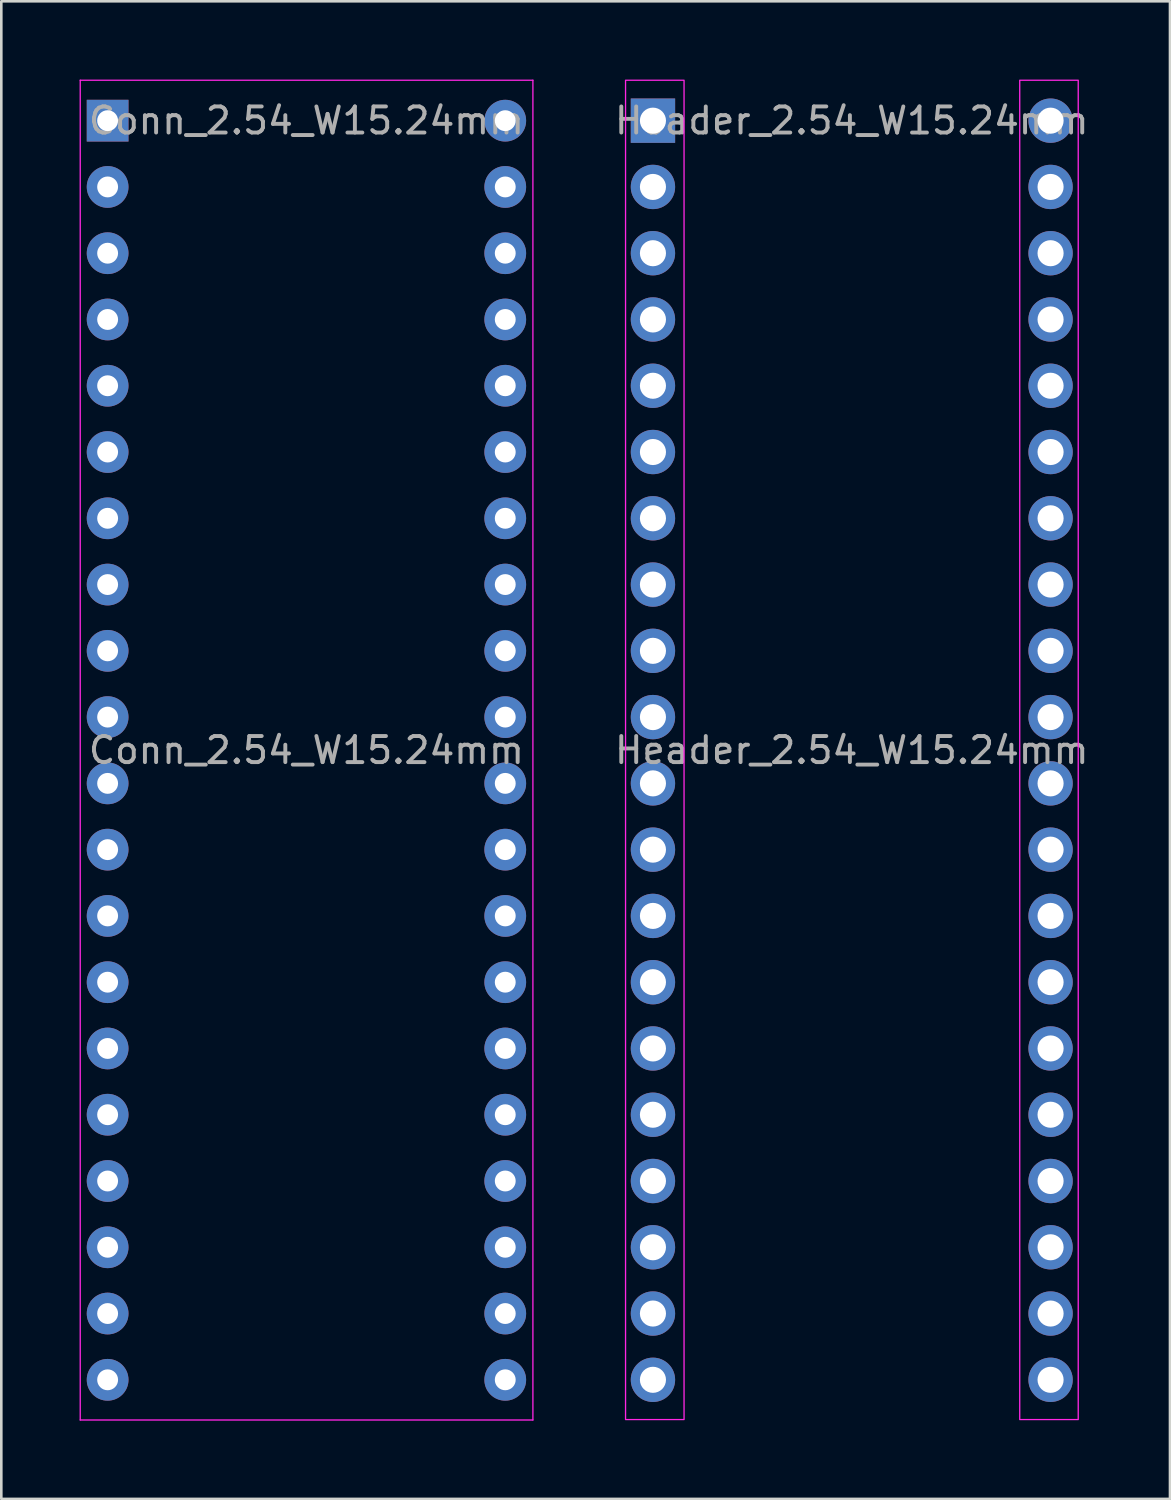
<source format=kicad_pcb>
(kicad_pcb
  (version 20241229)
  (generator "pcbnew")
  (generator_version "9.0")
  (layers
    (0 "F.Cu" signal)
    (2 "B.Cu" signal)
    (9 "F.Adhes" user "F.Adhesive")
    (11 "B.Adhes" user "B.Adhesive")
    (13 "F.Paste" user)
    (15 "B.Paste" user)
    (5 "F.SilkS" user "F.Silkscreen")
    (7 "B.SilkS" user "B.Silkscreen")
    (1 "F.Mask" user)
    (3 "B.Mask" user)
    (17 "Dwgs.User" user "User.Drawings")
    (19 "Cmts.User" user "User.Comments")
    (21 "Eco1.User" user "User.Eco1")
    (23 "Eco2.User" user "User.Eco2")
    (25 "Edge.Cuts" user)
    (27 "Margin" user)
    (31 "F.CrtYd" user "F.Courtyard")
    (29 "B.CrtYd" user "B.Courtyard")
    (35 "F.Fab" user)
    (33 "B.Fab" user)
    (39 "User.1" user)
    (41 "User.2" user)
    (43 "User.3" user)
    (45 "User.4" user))
  (footprint "Header_2.54_W15.24mm"
    (layer "F.Cu")
    (at 21.976 1.575)
    (property "Reference" "Header_2.54_W15.24mm" (at 7.62 0 0) (layer "F.Fab") (effects (font (size 1 1) (thickness 0.15))))
    (attr through_hole)
    (fp_rect (start -1.05 -1.55) (end 1.192 49.784) (stroke (width 0.05) (type default)) (fill no) (layer "F.CrtYd"))
    (fp_rect (start 14.058 -1.55) (end 16.3 49.784) (stroke (width 0.05) (type default)) (fill no) (layer "F.CrtYd"))
    (fp_text user "${REFERENCE}" (at 7.62 24.13 0) (layer "F.Fab") (effects (font (size 1 1) (thickness 0.15))))
    (pad "1" thru_hole rect (at 0 0) (size 1.7 1.7) (drill 1) (layers "*.Cu" "*.Mask"))
    (pad "2" thru_hole oval (at 0 2.54) (size 1.7 1.7) (drill 1) (layers "*.Cu" "*.Mask"))
    (pad "3" thru_hole oval (at 0 5.08) (size 1.7 1.7) (drill 1) (layers "*.Cu" "*.Mask"))
    (pad "4" thru_hole oval (at 0 7.62) (size 1.7 1.7) (drill 1) (layers "*.Cu" "*.Mask"))
    (pad "5" thru_hole oval (at 0 10.16) (size 1.7 1.7) (drill 1) (layers "*.Cu" "*.Mask"))
    (pad "6" thru_hole oval (at 0 12.7) (size 1.7 1.7) (drill 1) (layers "*.Cu" "*.Mask"))
    (pad "7" thru_hole oval (at 0 15.24) (size 1.7 1.7) (drill 1) (layers "*.Cu" "*.Mask"))
    (pad "8" thru_hole oval (at 0 17.78) (size 1.7 1.7) (drill 1) (layers "*.Cu" "*.Mask"))
    (pad "9" thru_hole oval (at 0 20.32) (size 1.7 1.7) (drill 1) (layers "*.Cu" "*.Mask"))
    (pad "10" thru_hole oval (at 0 22.86) (size 1.7 1.7) (drill 1) (layers "*.Cu" "*.Mask"))
    (pad "11" thru_hole oval (at 0 25.4) (size 1.7 1.7) (drill 1) (layers "*.Cu" "*.Mask"))
    (pad "12" thru_hole oval (at 0 27.94) (size 1.7 1.7) (drill 1) (layers "*.Cu" "*.Mask"))
    (pad "13" thru_hole oval (at 0 30.48) (size 1.7 1.7) (drill 1) (layers "*.Cu" "*.Mask"))
    (pad "14" thru_hole oval (at 0 33.02) (size 1.7 1.7) (drill 1) (layers "*.Cu" "*.Mask"))
    (pad "15" thru_hole oval (at 0 35.56) (size 1.7 1.7) (drill 1) (layers "*.Cu" "*.Mask"))
    (pad "16" thru_hole oval (at 0 38.1) (size 1.7 1.7) (drill 1) (layers "*.Cu" "*.Mask"))
    (pad "17" thru_hole oval (at 0 40.64) (size 1.7 1.7) (drill 1) (layers "*.Cu" "*.Mask"))
    (pad "18" thru_hole oval (at 0 43.18) (size 1.7 1.7) (drill 1) (layers "*.Cu" "*.Mask"))
    (pad "19" thru_hole oval (at 0 45.72) (size 1.7 1.7) (drill 1) (layers "*.Cu" "*.Mask"))
    (pad "20" thru_hole oval (at 0 48.26) (size 1.7 1.7) (drill 1) (layers "*.Cu" "*.Mask"))
    (pad "21" thru_hole oval (at 15.24 48.26) (size 1.7 1.7) (drill 1) (layers "*.Cu" "*.Mask"))
    (pad "22" thru_hole oval (at 15.24 45.72) (size 1.7 1.7) (drill 1) (layers "*.Cu" "*.Mask"))
    (pad "23" thru_hole oval (at 15.24 43.18) (size 1.7 1.7) (drill 1) (layers "*.Cu" "*.Mask"))
    (pad "24" thru_hole oval (at 15.24 40.64) (size 1.7 1.7) (drill 1) (layers "*.Cu" "*.Mask"))
    (pad "25" thru_hole oval (at 15.24 38.1) (size 1.7 1.7) (drill 1) (layers "*.Cu" "*.Mask"))
    (pad "26" thru_hole oval (at 15.24 35.56) (size 1.7 1.7) (drill 1) (layers "*.Cu" "*.Mask"))
    (pad "27" thru_hole oval (at 15.24 33.02) (size 1.7 1.7) (drill 1) (layers "*.Cu" "*.Mask"))
    (pad "28" thru_hole oval (at 15.24 30.48) (size 1.7 1.7) (drill 1) (layers "*.Cu" "*.Mask"))
    (pad "29" thru_hole oval (at 15.24 27.94) (size 1.7 1.7) (drill 1) (layers "*.Cu" "*.Mask"))
    (pad "30" thru_hole oval (at 15.24 25.4) (size 1.7 1.7) (drill 1) (layers "*.Cu" "*.Mask"))
    (pad "31" thru_hole oval (at 15.24 22.86) (size 1.7 1.7) (drill 1) (layers "*.Cu" "*.Mask"))
    (pad "32" thru_hole oval (at 15.24 20.32) (size 1.7 1.7) (drill 1) (layers "*.Cu" "*.Mask"))
    (pad "33" thru_hole oval (at 15.24 17.78) (size 1.7 1.7) (drill 1) (layers "*.Cu" "*.Mask"))
    (pad "34" thru_hole oval (at 15.24 15.24) (size 1.7 1.7) (drill 1) (layers "*.Cu" "*.Mask"))
    (pad "35" thru_hole oval (at 15.24 12.7) (size 1.7 1.7) (drill 1) (layers "*.Cu" "*.Mask"))
    (pad "36" thru_hole oval (at 15.24 10.16) (size 1.7 1.7) (drill 1) (layers "*.Cu" "*.Mask"))
    (pad "37" thru_hole oval (at 15.24 7.62) (size 1.7 1.7) (drill 1) (layers "*.Cu" "*.Mask"))
    (pad "38" thru_hole oval (at 15.24 5.08) (size 1.7 1.7) (drill 1) (layers "*.Cu" "*.Mask"))
    (pad "39" thru_hole oval (at 15.24 2.54) (size 1.7 1.7) (drill 1) (layers "*.Cu" "*.Mask"))
    (pad "40" thru_hole oval (at 15.24 0) (size 1.7 1.7) (drill 1) (layers "*.Cu" "*.Mask")))
  (footprint "Conn_2.54_W15.24mm"
    (layer "F.Cu")
    (at 1.075 1.575)
    (property "Reference" "Conn_2.54_W15.24mm" (at 7.62 0 0) (layer "F.Fab") (effects (font (size 1 1) (thickness 0.15))))
    (attr through_hole)
    (fp_line (start -1.05 -1.55) (end -1.05 49.8) (stroke (width 0.05) (type solid)) (layer "F.CrtYd"))
    (fp_line (start -1.05 49.8) (end 16.3 49.8) (stroke (width 0.05) (type solid)) (layer "F.CrtYd"))
    (fp_line (start 16.3 -1.55) (end -1.05 -1.55) (stroke (width 0.05) (type solid)) (layer "F.CrtYd"))
    (fp_line (start 16.3 49.8) (end 16.3 -1.55) (stroke (width 0.05) (type solid)) (layer "F.CrtYd"))
    (fp_text user "${REFERENCE}" (at 7.62 24.13 0) (layer "F.Fab") (effects (font (size 1 1) (thickness 0.15))))
    (pad "1" thru_hole rect (at 0 0) (size 1.6 1.6) (drill 0.8) (layers "*.Cu" "*.Mask"))
    (pad "2" thru_hole oval (at 0 2.54) (size 1.6 1.6) (drill 0.8) (layers "*.Cu" "*.Mask"))
    (pad "3" thru_hole oval (at 0 5.08) (size 1.6 1.6) (drill 0.8) (layers "*.Cu" "*.Mask"))
    (pad "4" thru_hole oval (at 0 7.62) (size 1.6 1.6) (drill 0.8) (layers "*.Cu" "*.Mask"))
    (pad "5" thru_hole oval (at 0 10.16) (size 1.6 1.6) (drill 0.8) (layers "*.Cu" "*.Mask"))
    (pad "6" thru_hole oval (at 0 12.7) (size 1.6 1.6) (drill 0.8) (layers "*.Cu" "*.Mask"))
    (pad "7" thru_hole oval (at 0 15.24) (size 1.6 1.6) (drill 0.8) (layers "*.Cu" "*.Mask"))
    (pad "8" thru_hole oval (at 0 17.78) (size 1.6 1.6) (drill 0.8) (layers "*.Cu" "*.Mask"))
    (pad "9" thru_hole oval (at 0 20.32) (size 1.6 1.6) (drill 0.8) (layers "*.Cu" "*.Mask"))
    (pad "10" thru_hole oval (at 0 22.86) (size 1.6 1.6) (drill 0.8) (layers "*.Cu" "*.Mask"))
    (pad "11" thru_hole oval (at 0 25.4) (size 1.6 1.6) (drill 0.8) (layers "*.Cu" "*.Mask"))
    (pad "12" thru_hole oval (at 0 27.94) (size 1.6 1.6) (drill 0.8) (layers "*.Cu" "*.Mask"))
    (pad "13" thru_hole oval (at 0 30.48) (size 1.6 1.6) (drill 0.8) (layers "*.Cu" "*.Mask"))
    (pad "14" thru_hole oval (at 0 33.02) (size 1.6 1.6) (drill 0.8) (layers "*.Cu" "*.Mask"))
    (pad "15" thru_hole oval (at 0 35.56) (size 1.6 1.6) (drill 0.8) (layers "*.Cu" "*.Mask"))
    (pad "16" thru_hole oval (at 0 38.1) (size 1.6 1.6) (drill 0.8) (layers "*.Cu" "*.Mask"))
    (pad "17" thru_hole oval (at 0 40.64) (size 1.6 1.6) (drill 0.8) (layers "*.Cu" "*.Mask"))
    (pad "18" thru_hole oval (at 0 43.18) (size 1.6 1.6) (drill 0.8) (layers "*.Cu" "*.Mask"))
    (pad "19" thru_hole oval (at 0 45.72) (size 1.6 1.6) (drill 0.8) (layers "*.Cu" "*.Mask"))
    (pad "20" thru_hole oval (at 0 48.26) (size 1.6 1.6) (drill 0.8) (layers "*.Cu" "*.Mask"))
    (pad "21" thru_hole oval (at 15.24 48.26) (size 1.6 1.6) (drill 0.8) (layers "*.Cu" "*.Mask"))
    (pad "22" thru_hole oval (at 15.24 45.72) (size 1.6 1.6) (drill 0.8) (layers "*.Cu" "*.Mask"))
    (pad "23" thru_hole oval (at 15.24 43.18) (size 1.6 1.6) (drill 0.8) (layers "*.Cu" "*.Mask"))
    (pad "24" thru_hole oval (at 15.24 40.64) (size 1.6 1.6) (drill 0.8) (layers "*.Cu" "*.Mask"))
    (pad "25" thru_hole oval (at 15.24 38.1) (size 1.6 1.6) (drill 0.8) (layers "*.Cu" "*.Mask"))
    (pad "26" thru_hole oval (at 15.24 35.56) (size 1.6 1.6) (drill 0.8) (layers "*.Cu" "*.Mask"))
    (pad "27" thru_hole oval (at 15.24 33.02) (size 1.6 1.6) (drill 0.8) (layers "*.Cu" "*.Mask"))
    (pad "28" thru_hole oval (at 15.24 30.48) (size 1.6 1.6) (drill 0.8) (layers "*.Cu" "*.Mask"))
    (pad "29" thru_hole oval (at 15.24 27.94) (size 1.6 1.6) (drill 0.8) (layers "*.Cu" "*.Mask"))
    (pad "30" thru_hole oval (at 15.24 25.4) (size 1.6 1.6) (drill 0.8) (layers "*.Cu" "*.Mask"))
    (pad "31" thru_hole oval (at 15.24 22.86) (size 1.6 1.6) (drill 0.8) (layers "*.Cu" "*.Mask"))
    (pad "32" thru_hole oval (at 15.24 20.32) (size 1.6 1.6) (drill 0.8) (layers "*.Cu" "*.Mask"))
    (pad "33" thru_hole oval (at 15.24 17.78) (size 1.6 1.6) (drill 0.8) (layers "*.Cu" "*.Mask"))
    (pad "34" thru_hole oval (at 15.24 15.24) (size 1.6 1.6) (drill 0.8) (layers "*.Cu" "*.Mask"))
    (pad "35" thru_hole oval (at 15.24 12.7) (size 1.6 1.6) (drill 0.8) (layers "*.Cu" "*.Mask"))
    (pad "36" thru_hole oval (at 15.24 10.16) (size 1.6 1.6) (drill 0.8) (layers "*.Cu" "*.Mask"))
    (pad "37" thru_hole oval (at 15.24 7.62) (size 1.6 1.6) (drill 0.8) (layers "*.Cu" "*.Mask"))
    (pad "38" thru_hole oval (at 15.24 5.08) (size 1.6 1.6) (drill 0.8) (layers "*.Cu" "*.Mask"))
    (pad "39" thru_hole oval (at 15.24 2.54) (size 1.6 1.6) (drill 0.8) (layers "*.Cu" "*.Mask"))
    (pad "40" thru_hole oval (at 15.24 0) (size 1.6 1.6) (drill 0.8) (layers "*.Cu" "*.Mask")))
  (gr_rect
    (start -3 -3)
    (end 41.793 54.4)
    (stroke (width 0.1) (type default))
    (fill no)
    (layer "Edge.Cuts")))
</source>
